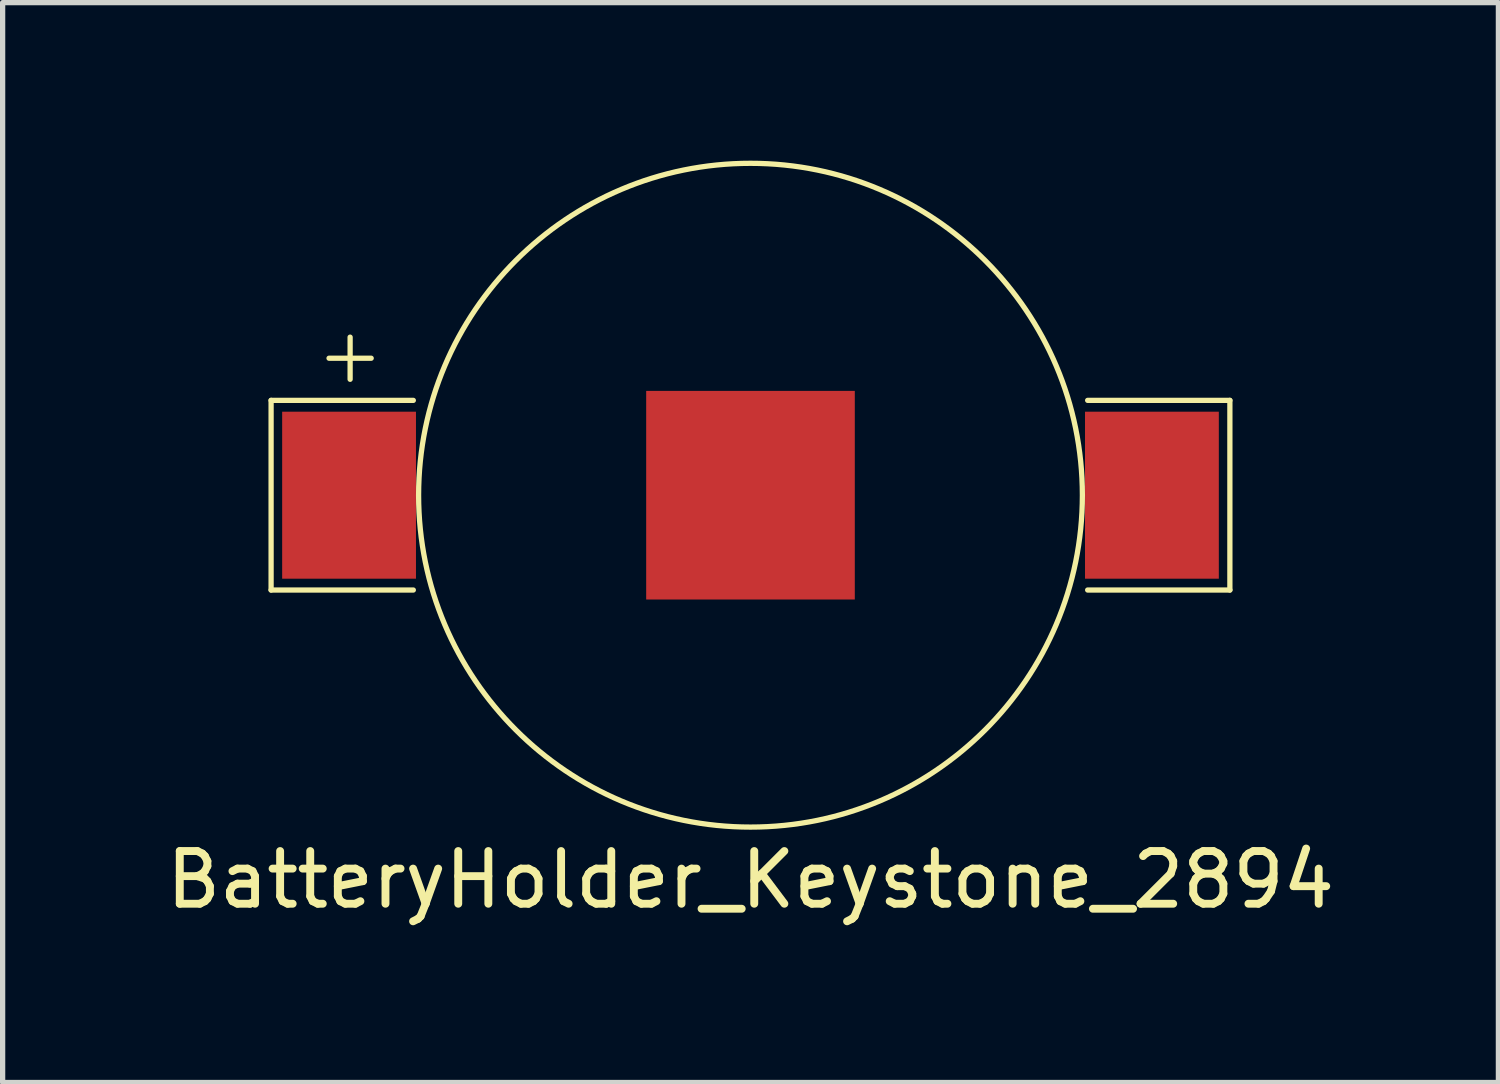
<source format=kicad_pcb>
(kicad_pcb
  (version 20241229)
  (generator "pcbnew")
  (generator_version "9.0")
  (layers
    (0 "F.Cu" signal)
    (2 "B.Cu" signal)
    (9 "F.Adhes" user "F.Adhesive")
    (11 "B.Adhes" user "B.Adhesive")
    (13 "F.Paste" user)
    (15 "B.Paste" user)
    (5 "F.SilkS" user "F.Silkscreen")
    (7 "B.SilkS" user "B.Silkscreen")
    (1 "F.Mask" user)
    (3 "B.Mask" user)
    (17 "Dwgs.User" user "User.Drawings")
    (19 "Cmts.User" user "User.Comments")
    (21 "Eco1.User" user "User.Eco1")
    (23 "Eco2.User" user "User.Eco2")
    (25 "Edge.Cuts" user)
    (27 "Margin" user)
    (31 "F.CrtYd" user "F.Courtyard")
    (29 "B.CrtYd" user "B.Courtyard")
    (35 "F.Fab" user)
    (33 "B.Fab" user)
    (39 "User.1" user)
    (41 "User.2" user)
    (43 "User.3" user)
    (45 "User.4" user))
  (footprint "BatteryHolder_Keystone_2894"
    (layer "F.Cu")
    (at 11.196 6.35)
    (property "Reference" "BatteryHolder_Keystone_2894" (at 0 7.3 0) (layer "F.SilkS") (effects (font (size 1 1) (thickness 0.15))))
    (attr smd)
    (fp_line (start -9.1 -1.8) (end -6.4 -1.8) (stroke (width 0.1) (type solid)) (layer "F.SilkS"))
    (fp_line (start -9.1 1.8) (end -9.1 -1.8) (stroke (width 0.1) (type solid)) (layer "F.SilkS"))
    (fp_line (start -8 -2.6) (end -7.2 -2.6) (stroke (width 0.1) (type solid)) (layer "F.SilkS"))
    (fp_line (start -7.6 -2.2) (end -7.6 -3) (stroke (width 0.1) (type solid)) (layer "F.SilkS"))
    (fp_line (start -6.4 1.8) (end -9.1 1.8) (stroke (width 0.1) (type solid)) (layer "F.SilkS"))
    (fp_line (start 6.4 1.8) (end 9.1 1.8) (stroke (width 0.1) (type solid)) (layer "F.SilkS"))
    (fp_line (start 9.1 -1.8) (end 6.4 -1.8) (stroke (width 0.1) (type solid)) (layer "F.SilkS"))
    (fp_line (start 9.1 1.8) (end 9.1 -1.8) (stroke (width 0.1) (type solid)) (layer "F.SilkS"))
    (fp_circle (center 0 0) (end 6.3 0) (stroke (width 0.1) (type solid)) (fill no) (layer "F.SilkS"))
    (pad "1" smd rect (at -7.62 0) (size 2.54 3.17) (layers "F.Cu" "F.Mask" "F.Paste"))
    (pad "1" smd rect (at 7.62 0) (size 2.54 3.17) (layers "F.Cu" "F.Mask" "F.Paste"))
    (pad "2" smd rect (at 0 0) (size 3.96 3.96) (layers "F.Cu" "F.Mask" "F.Paste")))
  (gr_rect
    (start -3 -3)
    (end 25.393 17.498)
    (stroke (width 0.1) (type default))
    (fill no)
    (layer "Edge.Cuts")))
</source>
